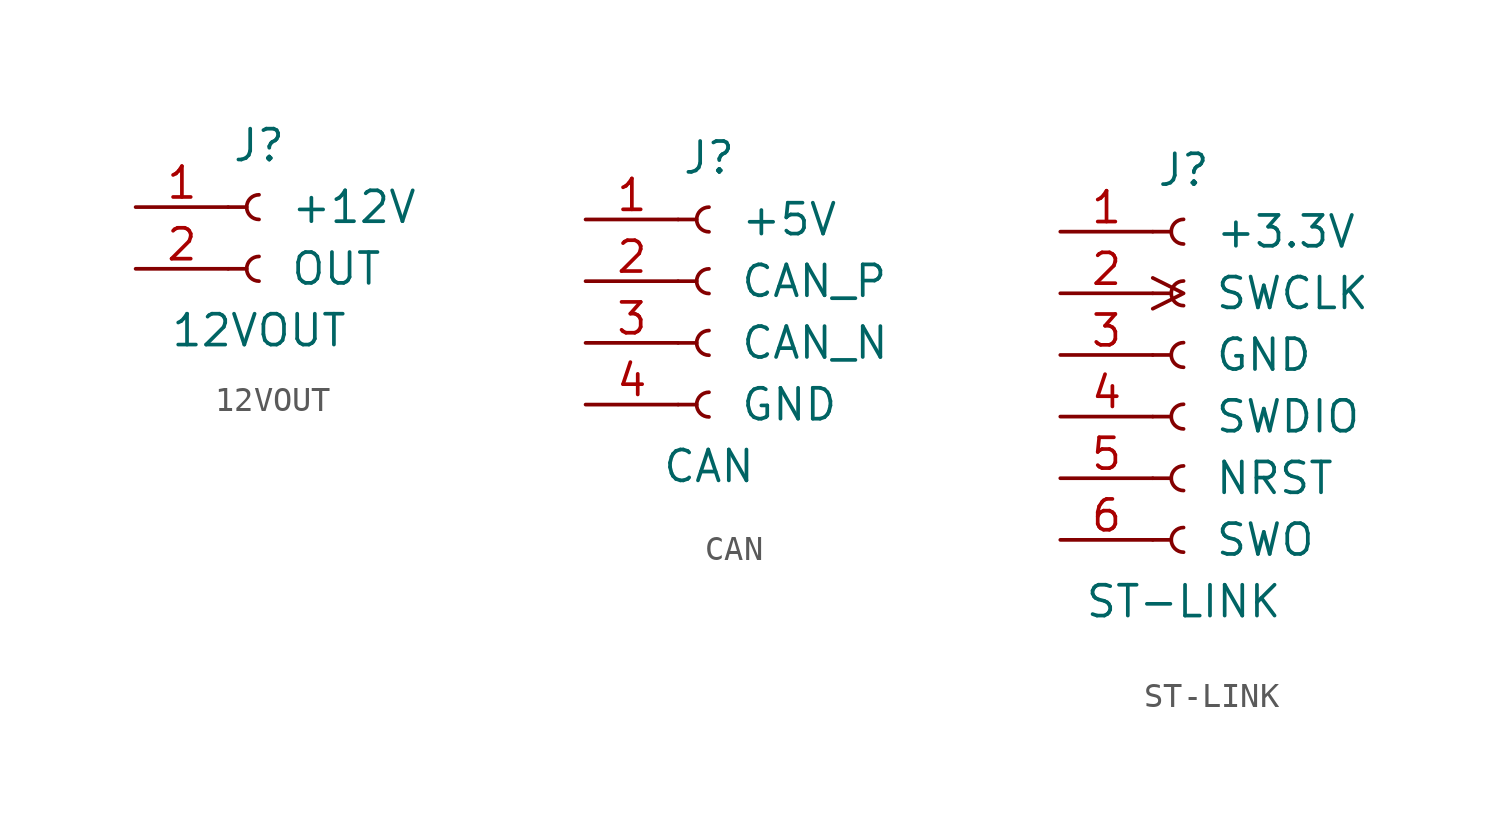
<source format=kicad_sym>
(kicad_symbol_lib
  (version 20241209)
  (generator "kicad_symbol_editor")
  (generator_version "9.0")
  (symbol "12VOUT"
    (pin_names
      (offset 2.54))
    (property "Reference" "J"
      (at 0 2.54 0)
      (effects (font (size 1.27 1.27))))
    (property "Value" "12VOUT"
      (at 0 -5.08 0)
      (effects (font (size 1.27 1.27))))
    (symbol "12VOUT_1_1"
      (polyline (pts (xy -1.27 0) (xy -0.508 0)) (stroke (width 0.152) (type default)) (fill (type none)))
      (polyline (pts (xy -1.27 -2.54) (xy -0.508 -2.54)) (stroke (width 0.152) (type default)) (fill (type none)))
      (arc (start 0 -0.508) (mid -0.5058 0) (end 0 0.508) (stroke (width 0.1524) (type default)) (fill (type none)))
      (arc (start 0 -3.048) (mid -0.5058 -2.54) (end 0 -2.032) (stroke (width 0.1524) (type default)) (fill (type none)))
      (pin power_in line (at -5.08 0 0) (length 3.81) (name "+12V" (effects (font (size 1.27 1.27)))) (number "1" (effects (font (size 1.27 1.27)))))
      (pin input line (at -5.08 -2.54 0) (length 3.81) (name "OUT" (effects (font (size 1.27 1.27)))) (number "2" (effects (font (size 1.27 1.27)))))))
  (symbol "CAN"
    (pin_names
      (offset 2.54))
    (property "Reference" "J"
      (at 0 5.08 0)
      (effects (font (size 1.27 1.27))))
    (property "Value" "CAN"
      (at 0 -7.62 0)
      (effects (font (size 1.27 1.27))))
    (symbol "CAN_1_1"
      (polyline (pts (xy -1.27 2.54) (xy -0.508 2.54)) (stroke (width 0.152) (type default)) (fill (type none)))
      (polyline (pts (xy -1.27 0) (xy -0.508 0)) (stroke (width 0.152) (type default)) (fill (type none)))
      (polyline (pts (xy -1.27 -2.54) (xy -0.508 -2.54)) (stroke (width 0.152) (type default)) (fill (type none)))
      (polyline (pts (xy -1.27 -5.08) (xy -0.508 -5.08)) (stroke (width 0.152) (type default)) (fill (type none)))
      (arc (start 0 2.032) (mid -0.5058 2.54) (end 0 3.048) (stroke (width 0.1524) (type default)) (fill (type none)))
      (arc (start 0 -0.508) (mid -0.5058 0) (end 0 0.508) (stroke (width 0.1524) (type default)) (fill (type none)))
      (arc (start 0 -3.048) (mid -0.5058 -2.54) (end 0 -2.032) (stroke (width 0.1524) (type default)) (fill (type none)))
      (arc (start 0 -5.588) (mid -0.5058 -5.08) (end 0 -4.572) (stroke (width 0.1524) (type default)) (fill (type none)))
      (pin power_in line (at -5.08 2.54 0) (length 3.81) (name "+5V" (effects (font (size 1.27 1.27)))) (number "1" (effects (font (size 1.27 1.27)))))
      (pin bidirectional line (at -5.08 0 0) (length 3.81) (name "CAN_P" (effects (font (size 1.27 1.27)))) (number "2" (effects (font (size 1.27 1.27)))))
      (pin bidirectional line (at -5.08 -2.54 0) (length 3.81) (name "CAN_N" (effects (font (size 1.27 1.27)))) (number "3" (effects (font (size 1.27 1.27)))))
      (pin power_in line (at -5.08 -5.08 0) (length 3.81) (name "GND" (effects (font (size 1.27 1.27)))) (number "4" (effects (font (size 1.27 1.27)))))))
  (symbol "ST-LINK"
    (pin_names
      (offset 2.54))
    (property "Reference" "J"
      (at 0 7.62 0)
      (effects (font (size 1.27 1.27))))
    (property "Value" "ST-LINK"
      (at 0 -10.16 0)
      (effects (font (size 1.27 1.27))))
    (symbol "ST-LINK_1_1"
      (polyline (pts (xy -1.27 5.08) (xy -0.508 5.08)) (stroke (width 0.152) (type default)) (fill (type none)))
      (polyline (pts (xy -1.27 2.54) (xy -0.508 2.54)) (stroke (width 0.152) (type default)) (fill (type none)))
      (polyline (pts (xy -1.27 0) (xy -0.508 0)) (stroke (width 0.152) (type default)) (fill (type none)))
      (polyline (pts (xy -1.27 -2.54) (xy -0.508 -2.54)) (stroke (width 0.152) (type default)) (fill (type none)))
      (polyline (pts (xy -1.27 -5.08) (xy -0.508 -5.08)) (stroke (width 0.152) (type default)) (fill (type none)))
      (polyline (pts (xy -1.27 -7.62) (xy -0.508 -7.62)) (stroke (width 0.152) (type default)) (fill (type none)))
      (arc (start 0 4.572) (mid -0.5058 5.08) (end 0 5.588) (stroke (width 0.1524) (type default)) (fill (type none)))
      (arc (start 0 2.032) (mid -0.5058 2.54) (end 0 3.048) (stroke (width 0.1524) (type default)) (fill (type none)))
      (arc (start 0 -0.508) (mid -0.5058 0) (end 0 0.508) (stroke (width 0.1524) (type default)) (fill (type none)))
      (arc (start 0 -3.048) (mid -0.5058 -2.54) (end 0 -2.032) (stroke (width 0.1524) (type default)) (fill (type none)))
      (arc (start 0 -5.588) (mid -0.5058 -5.08) (end 0 -4.572) (stroke (width 0.1524) (type default)) (fill (type none)))
      (arc (start 0 -8.128) (mid -0.5058 -7.62) (end 0 -7.112) (stroke (width 0.1524) (type default)) (fill (type none)))
      (pin power_out line (at -5.08 5.08 0) (length 3.81) (name "+3.3V" (effects (font (size 1.27 1.27)))) (number "1" (effects (font (size 1.27 1.27)))))
      (pin output clock (at -5.08 2.54 0) (length 3.81) (name "SWCLK" (effects (font (size 1.27 1.27)))) (number "2" (effects (font (size 1.27 1.27)))))
      (pin power_out line (at -5.08 0 0) (length 3.81) (name "GND" (effects (font (size 1.27 1.27)))) (number "3" (effects (font (size 1.27 1.27)))))
      (pin bidirectional line (at -5.08 -2.54 0) (length 3.81) (name "SWDIO" (effects (font (size 1.27 1.27)))) (number "4" (effects (font (size 1.27 1.27)))))
      (pin output line (at -5.08 -5.08 0) (length 3.81) (name "NRST" (effects (font (size 1.27 1.27)))) (number "5" (effects (font (size 1.27 1.27)))))
      (pin input line (at -5.08 -7.62 0) (length 3.81) (name "SWO" (effects (font (size 1.27 1.27)))) (number "6" (effects (font (size 1.27 1.27))))))))
</source>
